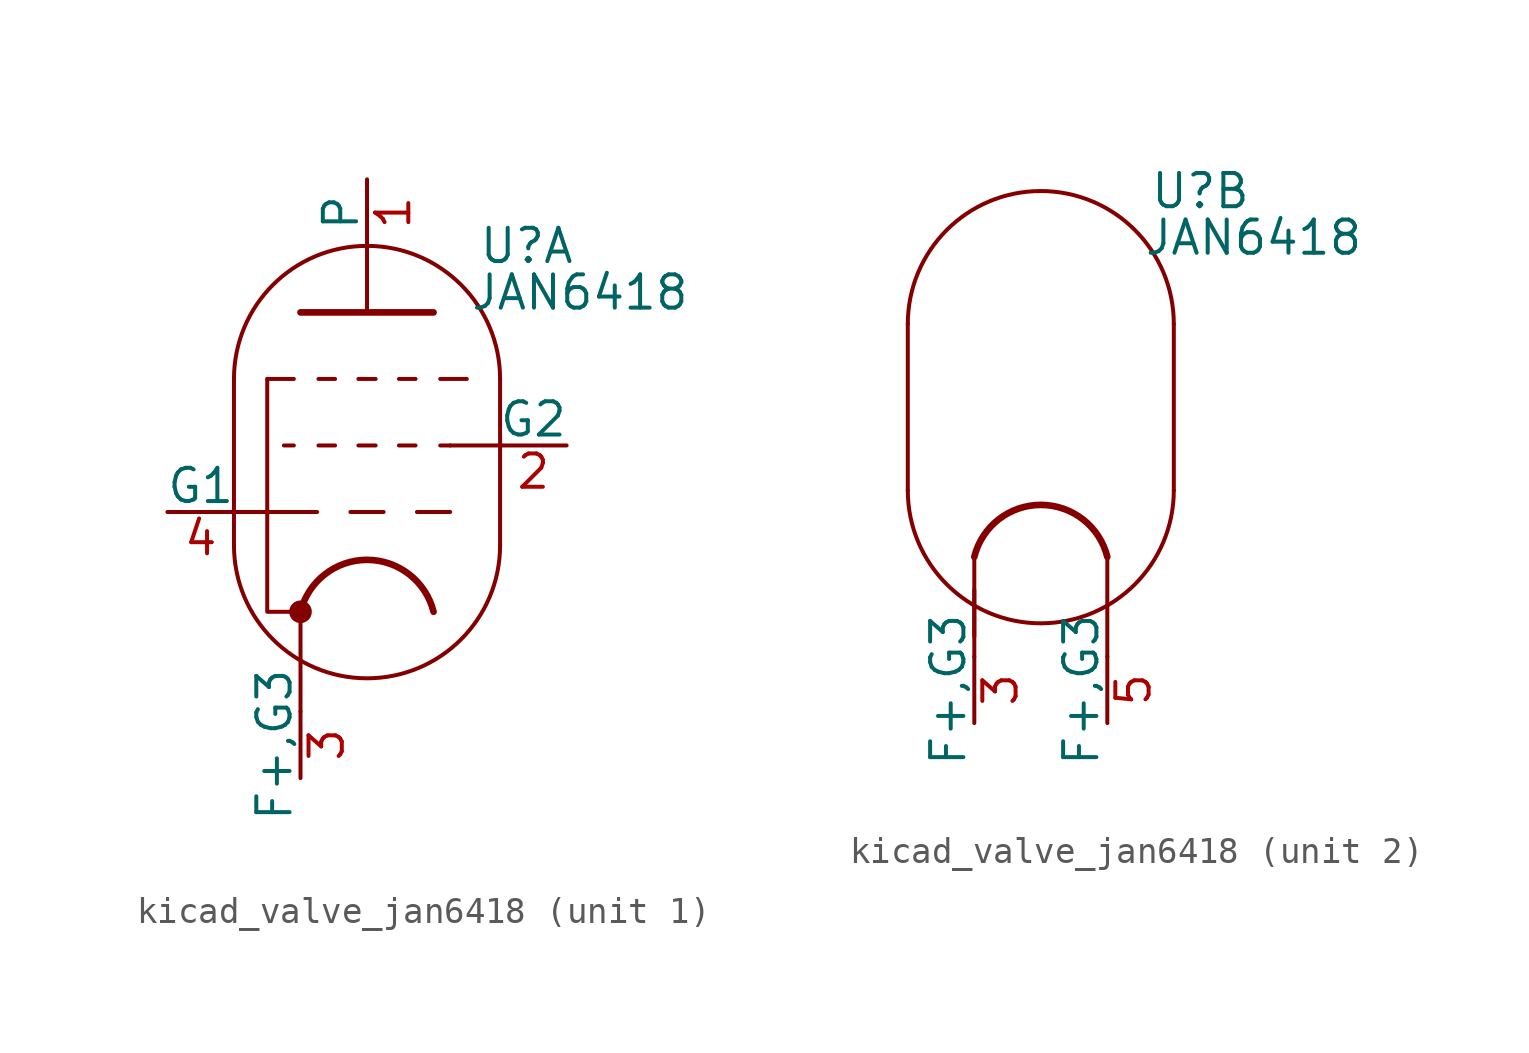
<source format=kicad_sym>
(kicad_symbol_lib
  (version 20220914)
  (generator kicad_symbol_editor)
  (symbol "kicad_valve_jan6418"
    (pin_names
      (offset 0))
    (property "Reference" "U"
      (at 6.096 10.16 0)
      (effects (font (size 1.27 1.27))))
    (property "Value" "JAN6418"
      (at 8.128 8.382 0)
      (effects (font (size 1.27 1.27))))
    (property "ki_locked" ""
      (at 0 0 0)
      (effects (font (size 1.27 1.27))))
    (symbol "kicad_valve_jan6418_0_1"
      (arc (start -5.08 -1.27) (mid 0 -6.3279) (end 5.08 -1.27) (stroke (width 0) (type default)) (fill (type none)))
      (polyline (pts (xy -2.54 -7.62) (xy -2.54 -3.81)) (stroke (width 0) (type default)) (fill (type none)))
      (polyline (pts (xy -5.08 5.08) (xy -5.08 -1.27) (xy -5.08 -1.27)) (stroke (width 0) (type default)) (fill (type none)))
      (polyline (pts (xy 5.08 -1.27) (xy 5.08 5.08) (xy 5.08 5.08)) (stroke (width 0) (type default)) (fill (type none)))
      (arc (start 2.54 -3.81) (mid 0 -1.8268) (end -2.54 -3.81) (stroke (width 0.254) (type default)) (fill (type none)))
      (arc (start 5.08 5.08) (mid 0 10.1379) (end -5.08 5.08) (stroke (width 0) (type default)) (fill (type none)))
      (pin power_in line (at -2.54 -10.16 90) (length 2.54) (name "F+,G3" (effects (font (size 1.27 1.27)))) (number "3" (effects (font (size 1.27 1.27))))))
    (symbol "kicad_valve_jan6418_1_0"
      (polyline (pts (xy -5.08 0) (xy -3.175 0)) (stroke (width 0) (type default)) (fill (type none)))
      (polyline (pts (xy -0.635 0) (xy 0.635 0)) (stroke (width 0.152) (type default)) (fill (type none)))
      (polyline (pts (xy 0 7.62) (xy 0 10.16)) (stroke (width 0) (type default)) (fill (type none)))
      (polyline (pts (xy 1.905 0) (xy 3.175 0)) (stroke (width 0.152) (type default)) (fill (type none)))
      (polyline (pts (xy 3.175 2.54) (xy 5.08 2.54)) (stroke (width 0) (type default)) (fill (type none))))
    (symbol "kicad_valve_jan6418_1_1"
      (circle (center -2.54 -3.81) (radius 0.356) (stroke (width 0) (type default)) (fill (type outline)))
      (polyline (pts (xy -3.81 5.08) (xy -2.794 5.08)) (stroke (width 0.152) (type default)) (fill (type none)))
      (polyline (pts (xy -3.175 2.54) (xy -2.794 2.54)) (stroke (width 0.152) (type default)) (fill (type none)))
      (polyline (pts (xy -1.905 0) (xy -3.175 0)) (stroke (width 0.152) (type default)) (fill (type none)))
      (polyline (pts (xy -1.854 2.54) (xy -1.219 2.54)) (stroke (width 0.152) (type default)) (fill (type none)))
      (polyline (pts (xy -1.854 5.08) (xy -1.219 5.08)) (stroke (width 0.152) (type default)) (fill (type none)))
      (polyline (pts (xy -0.33 2.54) (xy 0.33 2.54)) (stroke (width 0.152) (type default)) (fill (type none)))
      (polyline (pts (xy -0.33 5.08) (xy 0.33 5.08)) (stroke (width 0.152) (type default)) (fill (type none)))
      (polyline (pts (xy 1.219 2.54) (xy 1.854 2.54)) (stroke (width 0.152) (type default)) (fill (type none)))
      (polyline (pts (xy 1.219 5.08) (xy 1.854 5.08)) (stroke (width 0.152) (type default)) (fill (type none)))
      (polyline (pts (xy 2.794 2.54) (xy 3.175 2.54)) (stroke (width 0.152) (type default)) (fill (type none)))
      (polyline (pts (xy 3.81 5.08) (xy 2.794 5.08)) (stroke (width 0.152) (type default)) (fill (type none)))
      (polyline (pts (xy -3.81 5.08) (xy -3.81 -3.81) (xy -2.54 -3.81)) (stroke (width 0) (type default)) (fill (type none)))
      (polyline (pts (xy -2.54 7.62) (xy 2.54 7.62) (xy 2.54 7.62)) (stroke (width 0.254) (type default)) (fill (type none)))
      (pin output line (at 0 12.7 270) (length 2.54) (name "P" (effects (font (size 1.27 1.27)))) (number "1" (effects (font (size 1.27 1.27)))))
      (pin input line (at 7.62 2.54 180) (length 2.54) (name "G2" (effects (font (size 1.27 1.27)))) (number "2" (effects (font (size 1.27 1.27)))))
      (pin input line (at -7.62 0 0) (length 2.54) (name "G1" (effects (font (size 1.27 1.27)))) (number "4" (effects (font (size 1.27 1.27))))))
    (symbol "kicad_valve_jan6418_2_1"
      (polyline (pts (xy 2.54 -7.62) (xy 2.54 -3.81)) (stroke (width 0) (type default)) (fill (type none)))
      (polyline (pts (xy -2.54 -6.858) (xy -2.54 -5.08) (xy -2.54 -5.08)) (stroke (width 0) (type default)) (fill (type none)))
      (pin power_in line (at 2.54 -10.16 90) (length 2.54) (name "F+,G3" (effects (font (size 1.27 1.27)))) (number "5" (effects (font (size 1.27 1.27))))))))
</source>
